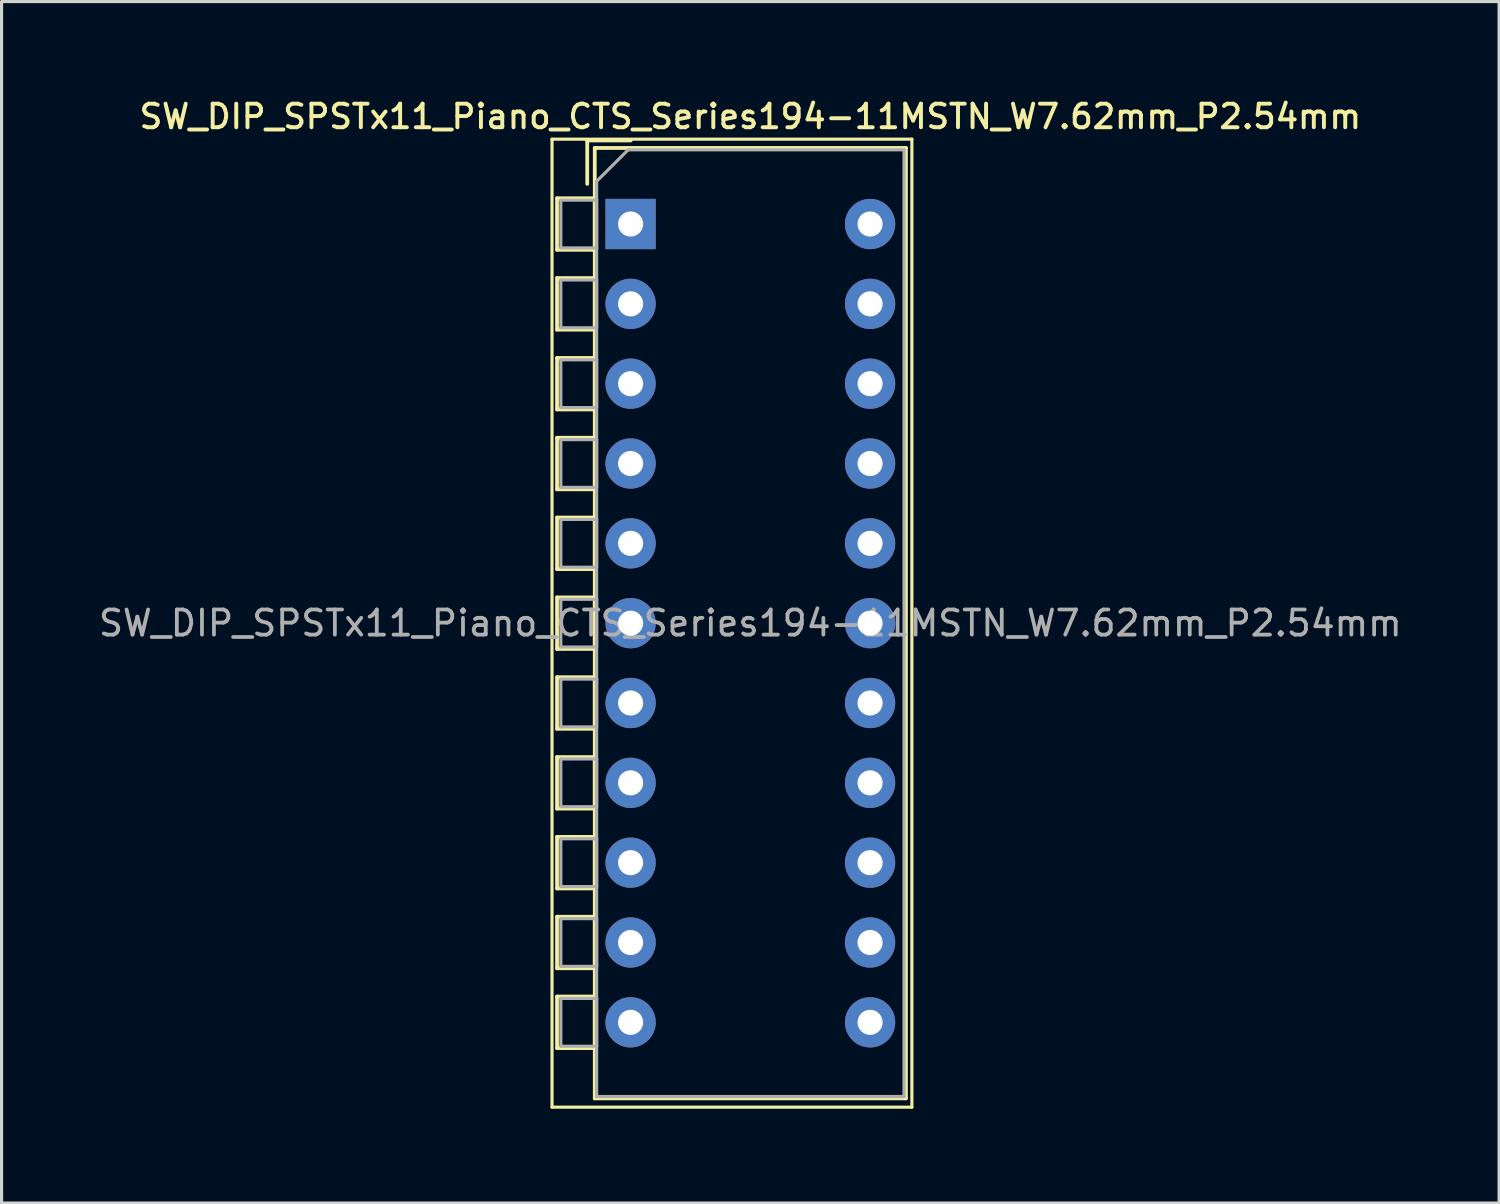
<source format=kicad_pcb>
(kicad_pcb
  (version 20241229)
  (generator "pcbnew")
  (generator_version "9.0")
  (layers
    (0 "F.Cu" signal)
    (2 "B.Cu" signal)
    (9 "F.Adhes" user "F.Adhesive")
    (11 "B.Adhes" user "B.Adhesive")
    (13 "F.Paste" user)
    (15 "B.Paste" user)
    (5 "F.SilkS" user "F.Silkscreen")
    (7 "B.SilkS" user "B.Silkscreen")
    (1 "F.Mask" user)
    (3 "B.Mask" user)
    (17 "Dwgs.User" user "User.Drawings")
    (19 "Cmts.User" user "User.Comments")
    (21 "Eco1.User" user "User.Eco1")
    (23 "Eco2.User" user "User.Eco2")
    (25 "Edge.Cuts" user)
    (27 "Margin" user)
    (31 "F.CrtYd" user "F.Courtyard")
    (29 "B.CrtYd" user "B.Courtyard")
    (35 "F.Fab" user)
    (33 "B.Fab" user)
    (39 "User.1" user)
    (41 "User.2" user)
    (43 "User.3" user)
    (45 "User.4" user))
  (footprint "SW_DIP_SPSTx11_Piano_CTS_Series194-11MSTN_W7.62mm_P2.54mm"
    (layer "F.Cu")
    (at 17.014 4.078)
    (property "Reference" "SW_DIP_SPSTx11_Piano_CTS_Series194-11MSTN_W7.62mm_P2.54mm" (at 3.81 -3.42 0) (layer "F.SilkS") (effects (font (size 0.75 0.75) (thickness 0.125))))
    (attr through_hole)
    (fp_line (start -2.5 -2.7) (end -2.5 28.1) (stroke (width 0.1) (type solid)) (layer "F.SilkS"))
    (fp_line (start -2.5 28.1) (end 8.95 28.1) (stroke (width 0.1) (type solid)) (layer "F.SilkS"))
    (fp_line (start -2.34 -0.82) (end -2.34 0.82) (stroke (width 0.12) (type solid)) (layer "F.SilkS"))
    (fp_line (start -2.34 -0.82) (end -1.14 -0.82) (stroke (width 0.12) (type solid)) (layer "F.SilkS"))
    (fp_line (start -2.34 0.82) (end -1.14 0.82) (stroke (width 0.12) (type solid)) (layer "F.SilkS"))
    (fp_line (start -2.34 1.72) (end -2.34 3.361) (stroke (width 0.12) (type solid)) (layer "F.SilkS"))
    (fp_line (start -2.34 1.72) (end -1.14 1.72) (stroke (width 0.12) (type solid)) (layer "F.SilkS"))
    (fp_line (start -2.34 3.361) (end -1.14 3.361) (stroke (width 0.12) (type solid)) (layer "F.SilkS"))
    (fp_line (start -2.34 4.261) (end -2.34 5.9) (stroke (width 0.12) (type solid)) (layer "F.SilkS"))
    (fp_line (start -2.34 4.261) (end -1.14 4.261) (stroke (width 0.12) (type solid)) (layer "F.SilkS"))
    (fp_line (start -2.34 5.9) (end -1.14 5.9) (stroke (width 0.12) (type solid)) (layer "F.SilkS"))
    (fp_line (start -2.34 6.801) (end -2.34 8.441) (stroke (width 0.12) (type solid)) (layer "F.SilkS"))
    (fp_line (start -2.34 6.801) (end -1.14 6.801) (stroke (width 0.12) (type solid)) (layer "F.SilkS"))
    (fp_line (start -2.34 8.441) (end -1.14 8.441) (stroke (width 0.12) (type solid)) (layer "F.SilkS"))
    (fp_line (start -2.34 9.34) (end -2.34 10.98) (stroke (width 0.12) (type solid)) (layer "F.SilkS"))
    (fp_line (start -2.34 9.34) (end -1.14 9.34) (stroke (width 0.12) (type solid)) (layer "F.SilkS"))
    (fp_line (start -2.34 10.98) (end -1.14 10.98) (stroke (width 0.12) (type solid)) (layer "F.SilkS"))
    (fp_line (start -2.34 11.88) (end -2.34 13.52) (stroke (width 0.12) (type solid)) (layer "F.SilkS"))
    (fp_line (start -2.34 11.88) (end -1.14 11.88) (stroke (width 0.12) (type solid)) (layer "F.SilkS"))
    (fp_line (start -2.34 13.52) (end -1.14 13.52) (stroke (width 0.12) (type solid)) (layer "F.SilkS"))
    (fp_line (start -2.34 14.42) (end -2.34 16.06) (stroke (width 0.12) (type solid)) (layer "F.SilkS"))
    (fp_line (start -2.34 14.42) (end -1.14 14.42) (stroke (width 0.12) (type solid)) (layer "F.SilkS"))
    (fp_line (start -2.34 16.06) (end -1.14 16.06) (stroke (width 0.12) (type solid)) (layer "F.SilkS"))
    (fp_line (start -2.34 16.96) (end -2.34 18.6) (stroke (width 0.12) (type solid)) (layer "F.SilkS"))
    (fp_line (start -2.34 16.96) (end -1.14 16.96) (stroke (width 0.12) (type solid)) (layer "F.SilkS"))
    (fp_line (start -2.34 18.6) (end -1.14 18.6) (stroke (width 0.12) (type solid)) (layer "F.SilkS"))
    (fp_line (start -2.34 19.5) (end -2.34 21.14) (stroke (width 0.12) (type solid)) (layer "F.SilkS"))
    (fp_line (start -2.34 19.5) (end -1.14 19.5) (stroke (width 0.12) (type solid)) (layer "F.SilkS"))
    (fp_line (start -2.34 21.14) (end -1.14 21.14) (stroke (width 0.12) (type solid)) (layer "F.SilkS"))
    (fp_line (start -2.34 22.04) (end -2.34 23.68) (stroke (width 0.12) (type solid)) (layer "F.SilkS"))
    (fp_line (start -2.34 22.04) (end -1.14 22.04) (stroke (width 0.12) (type solid)) (layer "F.SilkS"))
    (fp_line (start -2.34 23.68) (end -1.14 23.68) (stroke (width 0.12) (type solid)) (layer "F.SilkS"))
    (fp_line (start -2.34 24.58) (end -2.34 26.22) (stroke (width 0.12) (type solid)) (layer "F.SilkS"))
    (fp_line (start -2.34 24.58) (end -1.14 24.58) (stroke (width 0.12) (type solid)) (layer "F.SilkS"))
    (fp_line (start -2.34 26.22) (end -1.14 26.22) (stroke (width 0.12) (type solid)) (layer "F.SilkS"))
    (fp_line (start -1.38 -2.66) (end -1.38 -1.277) (stroke (width 0.12) (type solid)) (layer "F.SilkS"))
    (fp_line (start -1.38 -2.66) (end 0.004 -2.66) (stroke (width 0.12) (type solid)) (layer "F.SilkS"))
    (fp_line (start -1.14 -2.42) (end -1.14 27.82) (stroke (width 0.12) (type solid)) (layer "F.SilkS"))
    (fp_line (start -1.14 -2.42) (end 8.76 -2.42) (stroke (width 0.12) (type solid)) (layer "F.SilkS"))
    (fp_line (start -1.14 -0.82) (end -1.14 0.82) (stroke (width 0.12) (type solid)) (layer "F.SilkS"))
    (fp_line (start -1.14 1.72) (end -1.14 3.361) (stroke (width 0.12) (type solid)) (layer "F.SilkS"))
    (fp_line (start -1.14 4.261) (end -1.14 5.9) (stroke (width 0.12) (type solid)) (layer "F.SilkS"))
    (fp_line (start -1.14 6.801) (end -1.14 8.441) (stroke (width 0.12) (type solid)) (layer "F.SilkS"))
    (fp_line (start -1.14 9.34) (end -1.14 10.98) (stroke (width 0.12) (type solid)) (layer "F.SilkS"))
    (fp_line (start -1.14 11.88) (end -1.14 13.52) (stroke (width 0.12) (type solid)) (layer "F.SilkS"))
    (fp_line (start -1.14 14.42) (end -1.14 16.06) (stroke (width 0.12) (type solid)) (layer "F.SilkS"))
    (fp_line (start -1.14 16.96) (end -1.14 18.6) (stroke (width 0.12) (type solid)) (layer "F.SilkS"))
    (fp_line (start -1.14 19.5) (end -1.14 21.14) (stroke (width 0.12) (type solid)) (layer "F.SilkS"))
    (fp_line (start -1.14 22.04) (end -1.14 23.68) (stroke (width 0.12) (type solid)) (layer "F.SilkS"))
    (fp_line (start -1.14 24.58) (end -1.14 26.22) (stroke (width 0.12) (type solid)) (layer "F.SilkS"))
    (fp_line (start -1.14 27.82) (end 8.76 27.82) (stroke (width 0.12) (type solid)) (layer "F.SilkS"))
    (fp_line (start 8.76 -2.42) (end 8.76 27.82) (stroke (width 0.12) (type solid)) (layer "F.SilkS"))
    (fp_line (start 8.95 -2.7) (end -2.5 -2.7) (stroke (width 0.1) (type solid)) (layer "F.SilkS"))
    (fp_line (start 8.95 28.1) (end 8.95 -2.7) (stroke (width 0.1) (type solid)) (layer "F.SilkS"))
    (fp_line (start -2.22 -0.76) (end -1.08 -0.76) (stroke (width 0.1) (type solid)) (layer "F.Fab"))
    (fp_line (start -2.22 0.76) (end -2.22 -0.76) (stroke (width 0.1) (type solid)) (layer "F.Fab"))
    (fp_line (start -2.22 1.78) (end -1.08 1.78) (stroke (width 0.1) (type solid)) (layer "F.Fab"))
    (fp_line (start -2.22 3.3) (end -2.22 1.78) (stroke (width 0.1) (type solid)) (layer "F.Fab"))
    (fp_line (start -2.22 4.32) (end -1.08 4.32) (stroke (width 0.1) (type solid)) (layer "F.Fab"))
    (fp_line (start -2.22 5.84) (end -2.22 4.32) (stroke (width 0.1) (type solid)) (layer "F.Fab"))
    (fp_line (start -2.22 6.86) (end -1.08 6.86) (stroke (width 0.1) (type solid)) (layer "F.Fab"))
    (fp_line (start -2.22 8.38) (end -2.22 6.86) (stroke (width 0.1) (type solid)) (layer "F.Fab"))
    (fp_line (start -2.22 9.4) (end -1.08 9.4) (stroke (width 0.1) (type solid)) (layer "F.Fab"))
    (fp_line (start -2.22 10.92) (end -2.22 9.4) (stroke (width 0.1) (type solid)) (layer "F.Fab"))
    (fp_line (start -2.22 11.94) (end -1.08 11.94) (stroke (width 0.1) (type solid)) (layer "F.Fab"))
    (fp_line (start -2.22 13.46) (end -2.22 11.94) (stroke (width 0.1) (type solid)) (layer "F.Fab"))
    (fp_line (start -2.22 14.48) (end -1.08 14.48) (stroke (width 0.1) (type solid)) (layer "F.Fab"))
    (fp_line (start -2.22 16) (end -2.22 14.48) (stroke (width 0.1) (type solid)) (layer "F.Fab"))
    (fp_line (start -2.22 17.02) (end -1.08 17.02) (stroke (width 0.1) (type solid)) (layer "F.Fab"))
    (fp_line (start -2.22 18.54) (end -2.22 17.02) (stroke (width 0.1) (type solid)) (layer "F.Fab"))
    (fp_line (start -2.22 19.56) (end -1.08 19.56) (stroke (width 0.1) (type solid)) (layer "F.Fab"))
    (fp_line (start -2.22 21.08) (end -2.22 19.56) (stroke (width 0.1) (type solid)) (layer "F.Fab"))
    (fp_line (start -2.22 22.1) (end -1.08 22.1) (stroke (width 0.1) (type solid)) (layer "F.Fab"))
    (fp_line (start -2.22 23.62) (end -2.22 22.1) (stroke (width 0.1) (type solid)) (layer "F.Fab"))
    (fp_line (start -2.22 24.64) (end -1.08 24.64) (stroke (width 0.1) (type solid)) (layer "F.Fab"))
    (fp_line (start -2.22 26.16) (end -2.22 24.64) (stroke (width 0.1) (type solid)) (layer "F.Fab"))
    (fp_line (start -1.08 -1.36) (end -0.08 -2.36) (stroke (width 0.1) (type solid)) (layer "F.Fab"))
    (fp_line (start -1.08 -0.76) (end -1.08 0.76) (stroke (width 0.1) (type solid)) (layer "F.Fab"))
    (fp_line (start -1.08 0.76) (end -2.22 0.76) (stroke (width 0.1) (type solid)) (layer "F.Fab"))
    (fp_line (start -1.08 1.78) (end -1.08 3.3) (stroke (width 0.1) (type solid)) (layer "F.Fab"))
    (fp_line (start -1.08 3.3) (end -2.22 3.3) (stroke (width 0.1) (type solid)) (layer "F.Fab"))
    (fp_line (start -1.08 4.32) (end -1.08 5.84) (stroke (width 0.1) (type solid)) (layer "F.Fab"))
    (fp_line (start -1.08 5.84) (end -2.22 5.84) (stroke (width 0.1) (type solid)) (layer "F.Fab"))
    (fp_line (start -1.08 6.86) (end -1.08 8.38) (stroke (width 0.1) (type solid)) (layer "F.Fab"))
    (fp_line (start -1.08 8.38) (end -2.22 8.38) (stroke (width 0.1) (type solid)) (layer "F.Fab"))
    (fp_line (start -1.08 9.4) (end -1.08 10.92) (stroke (width 0.1) (type solid)) (layer "F.Fab"))
    (fp_line (start -1.08 10.92) (end -2.22 10.92) (stroke (width 0.1) (type solid)) (layer "F.Fab"))
    (fp_line (start -1.08 11.94) (end -1.08 13.46) (stroke (width 0.1) (type solid)) (layer "F.Fab"))
    (fp_line (start -1.08 13.46) (end -2.22 13.46) (stroke (width 0.1) (type solid)) (layer "F.Fab"))
    (fp_line (start -1.08 14.48) (end -1.08 16) (stroke (width 0.1) (type solid)) (layer "F.Fab"))
    (fp_line (start -1.08 16) (end -2.22 16) (stroke (width 0.1) (type solid)) (layer "F.Fab"))
    (fp_line (start -1.08 17.02) (end -1.08 18.54) (stroke (width 0.1) (type solid)) (layer "F.Fab"))
    (fp_line (start -1.08 18.54) (end -2.22 18.54) (stroke (width 0.1) (type solid)) (layer "F.Fab"))
    (fp_line (start -1.08 19.56) (end -1.08 21.08) (stroke (width 0.1) (type solid)) (layer "F.Fab"))
    (fp_line (start -1.08 21.08) (end -2.22 21.08) (stroke (width 0.1) (type solid)) (layer "F.Fab"))
    (fp_line (start -1.08 22.1) (end -1.08 23.62) (stroke (width 0.1) (type solid)) (layer "F.Fab"))
    (fp_line (start -1.08 23.62) (end -2.22 23.62) (stroke (width 0.1) (type solid)) (layer "F.Fab"))
    (fp_line (start -1.08 24.64) (end -1.08 26.16) (stroke (width 0.1) (type solid)) (layer "F.Fab"))
    (fp_line (start -1.08 26.16) (end -2.22 26.16) (stroke (width 0.1) (type solid)) (layer "F.Fab"))
    (fp_line (start -1.08 27.76) (end -1.08 -1.36) (stroke (width 0.1) (type solid)) (layer "F.Fab"))
    (fp_line (start -0.08 -2.36) (end 8.7 -2.36) (stroke (width 0.1) (type solid)) (layer "F.Fab"))
    (fp_line (start 8.7 -2.36) (end 8.7 27.76) (stroke (width 0.1) (type solid)) (layer "F.Fab"))
    (fp_line (start 8.7 27.76) (end -1.08 27.76) (stroke (width 0.1) (type solid)) (layer "F.Fab"))
    (fp_text user "${REFERENCE}" (at 3.81 12.7 0) (layer "F.Fab") (effects (font (size 0.8 0.8) (thickness 0.12))))
    (pad "1" thru_hole rect (at 0 0) (size 1.6 1.6) (drill 0.8) (layers "*.Cu" "*.Mask"))
    (pad "2" thru_hole oval (at 0 2.54) (size 1.6 1.6) (drill 0.8) (layers "*.Cu" "*.Mask"))
    (pad "3" thru_hole oval (at 0 5.08) (size 1.6 1.6) (drill 0.8) (layers "*.Cu" "*.Mask"))
    (pad "4" thru_hole oval (at 0 7.62) (size 1.6 1.6) (drill 0.8) (layers "*.Cu" "*.Mask"))
    (pad "5" thru_hole oval (at 0 10.16) (size 1.6 1.6) (drill 0.8) (layers "*.Cu" "*.Mask"))
    (pad "6" thru_hole oval (at 0 12.7) (size 1.6 1.6) (drill 0.8) (layers "*.Cu" "*.Mask"))
    (pad "7" thru_hole oval (at 0 15.24) (size 1.6 1.6) (drill 0.8) (layers "*.Cu" "*.Mask"))
    (pad "8" thru_hole oval (at 0 17.78) (size 1.6 1.6) (drill 0.8) (layers "*.Cu" "*.Mask"))
    (pad "9" thru_hole oval (at 0 20.32) (size 1.6 1.6) (drill 0.8) (layers "*.Cu" "*.Mask"))
    (pad "10" thru_hole oval (at 0 22.86) (size 1.6 1.6) (drill 0.8) (layers "*.Cu" "*.Mask"))
    (pad "11" thru_hole oval (at 0 25.4) (size 1.6 1.6) (drill 0.8) (layers "*.Cu" "*.Mask"))
    (pad "12" thru_hole oval (at 7.62 25.4) (size 1.6 1.6) (drill 0.8) (layers "*.Cu" "*.Mask"))
    (pad "13" thru_hole oval (at 7.62 22.86) (size 1.6 1.6) (drill 0.8) (layers "*.Cu" "*.Mask"))
    (pad "14" thru_hole oval (at 7.62 20.32) (size 1.6 1.6) (drill 0.8) (layers "*.Cu" "*.Mask"))
    (pad "15" thru_hole oval (at 7.62 17.78) (size 1.6 1.6) (drill 0.8) (layers "*.Cu" "*.Mask"))
    (pad "16" thru_hole oval (at 7.62 15.24) (size 1.6 1.6) (drill 0.8) (layers "*.Cu" "*.Mask"))
    (pad "17" thru_hole oval (at 7.62 12.7) (size 1.6 1.6) (drill 0.8) (layers "*.Cu" "*.Mask"))
    (pad "18" thru_hole oval (at 7.62 10.16) (size 1.6 1.6) (drill 0.8) (layers "*.Cu" "*.Mask"))
    (pad "19" thru_hole oval (at 7.62 7.62) (size 1.6 1.6) (drill 0.8) (layers "*.Cu" "*.Mask"))
    (pad "20" thru_hole oval (at 7.62 5.08) (size 1.6 1.6) (drill 0.8) (layers "*.Cu" "*.Mask"))
    (pad "21" thru_hole oval (at 7.62 2.54) (size 1.6 1.6) (drill 0.8) (layers "*.Cu" "*.Mask"))
    (pad "22" thru_hole oval (at 7.62 0) (size 1.6 1.6) (drill 0.8) (layers "*.Cu" "*.Mask")))
  (gr_rect
    (start -3 -3)
    (end 44.648 35.228)
    (stroke (width 0.1) (type default))
    (fill no)
    (layer "Edge.Cuts")))
</source>
